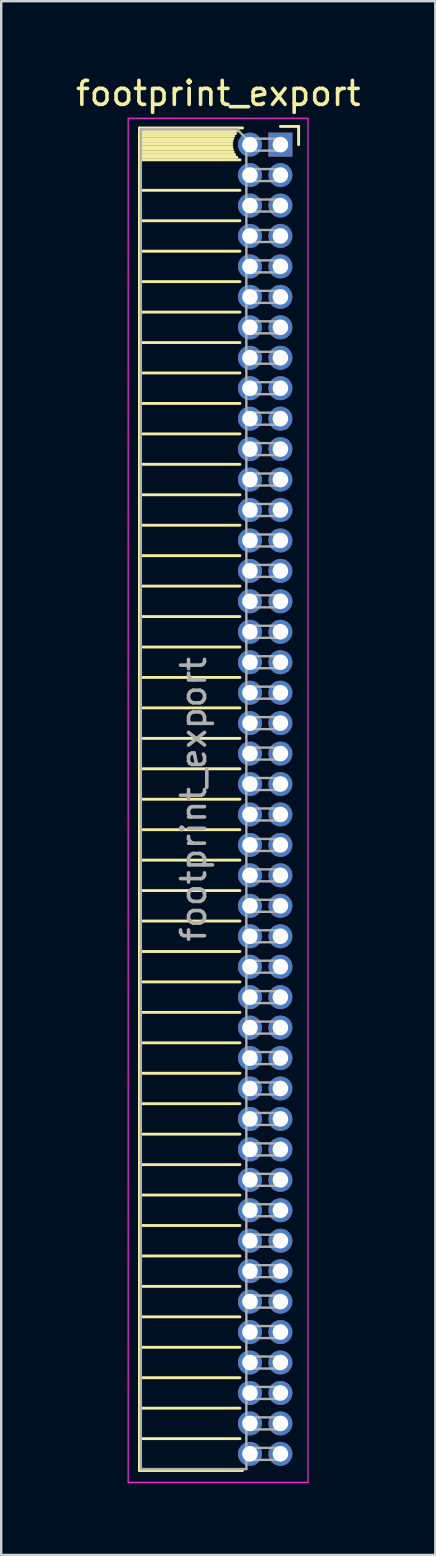
<source format=kicad_pcb>
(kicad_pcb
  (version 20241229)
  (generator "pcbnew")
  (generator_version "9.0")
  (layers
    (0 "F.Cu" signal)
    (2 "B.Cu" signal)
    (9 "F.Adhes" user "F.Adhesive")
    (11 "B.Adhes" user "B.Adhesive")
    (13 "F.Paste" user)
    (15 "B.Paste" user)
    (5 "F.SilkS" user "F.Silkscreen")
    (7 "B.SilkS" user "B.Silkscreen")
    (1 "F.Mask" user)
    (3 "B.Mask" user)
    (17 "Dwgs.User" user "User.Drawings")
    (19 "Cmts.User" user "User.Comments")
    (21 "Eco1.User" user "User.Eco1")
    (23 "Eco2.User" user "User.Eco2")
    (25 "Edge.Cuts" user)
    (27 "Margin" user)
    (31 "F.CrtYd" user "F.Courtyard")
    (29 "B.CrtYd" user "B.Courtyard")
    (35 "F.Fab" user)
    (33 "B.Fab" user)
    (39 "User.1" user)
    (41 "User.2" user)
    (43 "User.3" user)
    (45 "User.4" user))
  (footprint "footprint_export"
    (layer "F.Cu")
    (at 8.646 2.983)
    (property "Reference" "footprint_export" (at -2.592 -2.135 0) (layer "F.SilkS") (effects (font (size 1 1) (thickness 0.15))))
    (attr through_hole)
    (fp_line (start -5.88 -0.695) (end -5.88 55.305) (stroke (width 0.12) (type solid)) (layer "F.SilkS"))
    (fp_line (start -5.88 -0.695) (end -1.578 -0.695) (stroke (width 0.12) (type solid)) (layer "F.SilkS"))
    (fp_line (start -5.88 -0.575) (end -1.767 -0.575) (stroke (width 0.12) (type solid)) (layer "F.SilkS"))
    (fp_line (start -5.88 -0.465) (end -1.871 -0.465) (stroke (width 0.12) (type solid)) (layer "F.SilkS"))
    (fp_line (start -5.88 -0.355) (end -1.942 -0.355) (stroke (width 0.12) (type solid)) (layer "F.SilkS"))
    (fp_line (start -5.88 -0.245) (end -1.989 -0.245) (stroke (width 0.12) (type solid)) (layer "F.SilkS"))
    (fp_line (start -5.88 -0.135) (end -2.018 -0.135) (stroke (width 0.12) (type solid)) (layer "F.SilkS"))
    (fp_line (start -5.88 -0.025) (end -2.03 -0.025) (stroke (width 0.12) (type solid)) (layer "F.SilkS"))
    (fp_line (start -5.88 0.085) (end -2.025 0.085) (stroke (width 0.12) (type solid)) (layer "F.SilkS"))
    (fp_line (start -5.88 0.195) (end -2.005 0.195) (stroke (width 0.12) (type solid)) (layer "F.SilkS"))
    (fp_line (start -5.88 0.305) (end -1.966 0.305) (stroke (width 0.12) (type solid)) (layer "F.SilkS"))
    (fp_line (start -5.88 0.415) (end -1.907 0.415) (stroke (width 0.12) (type solid)) (layer "F.SilkS"))
    (fp_line (start -5.88 0.525) (end -1.82 0.525) (stroke (width 0.12) (type solid)) (layer "F.SilkS"))
    (fp_line (start -5.88 0.635) (end -1.688 0.635) (stroke (width 0.12) (type solid)) (layer "F.SilkS"))
    (fp_line (start -5.88 1.905) (end -1.688 1.905) (stroke (width 0.12) (type solid)) (layer "F.SilkS"))
    (fp_line (start -5.88 3.175) (end -1.688 3.175) (stroke (width 0.12) (type solid)) (layer "F.SilkS"))
    (fp_line (start -5.88 4.445) (end -1.688 4.445) (stroke (width 0.12) (type solid)) (layer "F.SilkS"))
    (fp_line (start -5.88 5.715) (end -1.688 5.715) (stroke (width 0.12) (type solid)) (layer "F.SilkS"))
    (fp_line (start -5.88 6.985) (end -1.688 6.985) (stroke (width 0.12) (type solid)) (layer "F.SilkS"))
    (fp_line (start -5.88 8.255) (end -1.688 8.255) (stroke (width 0.12) (type solid)) (layer "F.SilkS"))
    (fp_line (start -5.88 9.525) (end -1.688 9.525) (stroke (width 0.12) (type solid)) (layer "F.SilkS"))
    (fp_line (start -5.88 10.795) (end -1.688 10.795) (stroke (width 0.12) (type solid)) (layer "F.SilkS"))
    (fp_line (start -5.88 12.065) (end -1.688 12.065) (stroke (width 0.12) (type solid)) (layer "F.SilkS"))
    (fp_line (start -5.88 13.335) (end -1.688 13.335) (stroke (width 0.12) (type solid)) (layer "F.SilkS"))
    (fp_line (start -5.88 14.605) (end -1.688 14.605) (stroke (width 0.12) (type solid)) (layer "F.SilkS"))
    (fp_line (start -5.88 15.875) (end -1.688 15.875) (stroke (width 0.12) (type solid)) (layer "F.SilkS"))
    (fp_line (start -5.88 17.145) (end -1.688 17.145) (stroke (width 0.12) (type solid)) (layer "F.SilkS"))
    (fp_line (start -5.88 18.415) (end -1.688 18.415) (stroke (width 0.12) (type solid)) (layer "F.SilkS"))
    (fp_line (start -5.88 19.685) (end -1.688 19.685) (stroke (width 0.12) (type solid)) (layer "F.SilkS"))
    (fp_line (start -5.88 20.955) (end -1.688 20.955) (stroke (width 0.12) (type solid)) (layer "F.SilkS"))
    (fp_line (start -5.88 22.225) (end -1.688 22.225) (stroke (width 0.12) (type solid)) (layer "F.SilkS"))
    (fp_line (start -5.88 23.495) (end -1.688 23.495) (stroke (width 0.12) (type solid)) (layer "F.SilkS"))
    (fp_line (start -5.88 24.765) (end -1.688 24.765) (stroke (width 0.12) (type solid)) (layer "F.SilkS"))
    (fp_line (start -5.88 26.035) (end -1.688 26.035) (stroke (width 0.12) (type solid)) (layer "F.SilkS"))
    (fp_line (start -5.88 27.305) (end -1.688 27.305) (stroke (width 0.12) (type solid)) (layer "F.SilkS"))
    (fp_line (start -5.88 28.575) (end -1.688 28.575) (stroke (width 0.12) (type solid)) (layer "F.SilkS"))
    (fp_line (start -5.88 29.845) (end -1.688 29.845) (stroke (width 0.12) (type solid)) (layer "F.SilkS"))
    (fp_line (start -5.88 31.115) (end -1.688 31.115) (stroke (width 0.12) (type solid)) (layer "F.SilkS"))
    (fp_line (start -5.88 32.385) (end -1.688 32.385) (stroke (width 0.12) (type solid)) (layer "F.SilkS"))
    (fp_line (start -5.88 33.655) (end -1.688 33.655) (stroke (width 0.12) (type solid)) (layer "F.SilkS"))
    (fp_line (start -5.88 34.925) (end -1.688 34.925) (stroke (width 0.12) (type solid)) (layer "F.SilkS"))
    (fp_line (start -5.88 36.195) (end -1.688 36.195) (stroke (width 0.12) (type solid)) (layer "F.SilkS"))
    (fp_line (start -5.88 37.465) (end -1.688 37.465) (stroke (width 0.12) (type solid)) (layer "F.SilkS"))
    (fp_line (start -5.88 38.735) (end -1.688 38.735) (stroke (width 0.12) (type solid)) (layer "F.SilkS"))
    (fp_line (start -5.88 40.005) (end -1.688 40.005) (stroke (width 0.12) (type solid)) (layer "F.SilkS"))
    (fp_line (start -5.88 41.275) (end -1.688 41.275) (stroke (width 0.12) (type solid)) (layer "F.SilkS"))
    (fp_line (start -5.88 42.545) (end -1.688 42.545) (stroke (width 0.12) (type solid)) (layer "F.SilkS"))
    (fp_line (start -5.88 43.815) (end -1.688 43.815) (stroke (width 0.12) (type solid)) (layer "F.SilkS"))
    (fp_line (start -5.88 45.085) (end -1.688 45.085) (stroke (width 0.12) (type solid)) (layer "F.SilkS"))
    (fp_line (start -5.88 46.355) (end -1.688 46.355) (stroke (width 0.12) (type solid)) (layer "F.SilkS"))
    (fp_line (start -5.88 47.625) (end -1.688 47.625) (stroke (width 0.12) (type solid)) (layer "F.SilkS"))
    (fp_line (start -5.88 48.895) (end -1.688 48.895) (stroke (width 0.12) (type solid)) (layer "F.SilkS"))
    (fp_line (start -5.88 50.165) (end -1.688 50.165) (stroke (width 0.12) (type solid)) (layer "F.SilkS"))
    (fp_line (start -5.88 51.435) (end -1.688 51.435) (stroke (width 0.12) (type solid)) (layer "F.SilkS"))
    (fp_line (start -5.88 52.705) (end -1.688 52.705) (stroke (width 0.12) (type solid)) (layer "F.SilkS"))
    (fp_line (start -5.88 53.975) (end -1.688 53.975) (stroke (width 0.12) (type solid)) (layer "F.SilkS"))
    (fp_line (start -5.88 55.305) (end -1.578 55.305) (stroke (width 0.12) (type solid)) (layer "F.SilkS"))
    (fp_line (start 0 -0.76) (end 0.76 -0.76) (stroke (width 0.12) (type solid)) (layer "F.SilkS"))
    (fp_line (start 0.76 -0.76) (end 0.76 0) (stroke (width 0.12) (type solid)) (layer "F.SilkS"))
    (fp_line (start -6.35 -1.1) (end -6.35 55.8) (stroke (width 0.05) (type solid)) (layer "F.CrtYd"))
    (fp_line (start -6.35 55.8) (end 1.15 55.8) (stroke (width 0.05) (type solid)) (layer "F.CrtYd"))
    (fp_line (start 1.15 -1.1) (end -6.35 -1.1) (stroke (width 0.05) (type solid)) (layer "F.CrtYd"))
    (fp_line (start 1.15 55.8) (end 1.15 -1.1) (stroke (width 0.05) (type solid)) (layer "F.CrtYd"))
    (fp_line (start -5.82 -0.635) (end -1.805 -0.635) (stroke (width 0.1) (type solid)) (layer "F.Fab"))
    (fp_line (start -5.82 55.245) (end -5.82 -0.635) (stroke (width 0.1) (type solid)) (layer "F.Fab"))
    (fp_line (start -1.805 -0.635) (end -1.42 -0.25) (stroke (width 0.1) (type solid)) (layer "F.Fab"))
    (fp_line (start -1.42 -0.25) (end -1.42 55.245) (stroke (width 0.1) (type solid)) (layer "F.Fab"))
    (fp_line (start -1.42 0.25) (end 0 0.25) (stroke (width 0.1) (type solid)) (layer "F.Fab"))
    (fp_line (start -1.42 1.52) (end 0 1.52) (stroke (width 0.1) (type solid)) (layer "F.Fab"))
    (fp_line (start -1.42 2.79) (end 0 2.79) (stroke (width 0.1) (type solid)) (layer "F.Fab"))
    (fp_line (start -1.42 4.06) (end 0 4.06) (stroke (width 0.1) (type solid)) (layer "F.Fab"))
    (fp_line (start -1.42 5.33) (end 0 5.33) (stroke (width 0.1) (type solid)) (layer "F.Fab"))
    (fp_line (start -1.42 6.6) (end 0 6.6) (stroke (width 0.1) (type solid)) (layer "F.Fab"))
    (fp_line (start -1.42 7.87) (end 0 7.87) (stroke (width 0.1) (type solid)) (layer "F.Fab"))
    (fp_line (start -1.42 9.14) (end 0 9.14) (stroke (width 0.1) (type solid)) (layer "F.Fab"))
    (fp_line (start -1.42 10.41) (end 0 10.41) (stroke (width 0.1) (type solid)) (layer "F.Fab"))
    (fp_line (start -1.42 11.68) (end 0 11.68) (stroke (width 0.1) (type solid)) (layer "F.Fab"))
    (fp_line (start -1.42 12.95) (end 0 12.95) (stroke (width 0.1) (type solid)) (layer "F.Fab"))
    (fp_line (start -1.42 14.22) (end 0 14.22) (stroke (width 0.1) (type solid)) (layer "F.Fab"))
    (fp_line (start -1.42 15.49) (end 0 15.49) (stroke (width 0.1) (type solid)) (layer "F.Fab"))
    (fp_line (start -1.42 16.76) (end 0 16.76) (stroke (width 0.1) (type solid)) (layer "F.Fab"))
    (fp_line (start -1.42 18.03) (end 0 18.03) (stroke (width 0.1) (type solid)) (layer "F.Fab"))
    (fp_line (start -1.42 19.3) (end 0 19.3) (stroke (width 0.1) (type solid)) (layer "F.Fab"))
    (fp_line (start -1.42 20.57) (end 0 20.57) (stroke (width 0.1) (type solid)) (layer "F.Fab"))
    (fp_line (start -1.42 21.84) (end 0 21.84) (stroke (width 0.1) (type solid)) (layer "F.Fab"))
    (fp_line (start -1.42 23.11) (end 0 23.11) (stroke (width 0.1) (type solid)) (layer "F.Fab"))
    (fp_line (start -1.42 24.38) (end 0 24.38) (stroke (width 0.1) (type solid)) (layer "F.Fab"))
    (fp_line (start -1.42 25.65) (end 0 25.65) (stroke (width 0.1) (type solid)) (layer "F.Fab"))
    (fp_line (start -1.42 26.92) (end 0 26.92) (stroke (width 0.1) (type solid)) (layer "F.Fab"))
    (fp_line (start -1.42 28.19) (end 0 28.19) (stroke (width 0.1) (type solid)) (layer "F.Fab"))
    (fp_line (start -1.42 29.46) (end 0 29.46) (stroke (width 0.1) (type solid)) (layer "F.Fab"))
    (fp_line (start -1.42 30.73) (end 0 30.73) (stroke (width 0.1) (type solid)) (layer "F.Fab"))
    (fp_line (start -1.42 32) (end 0 32) (stroke (width 0.1) (type solid)) (layer "F.Fab"))
    (fp_line (start -1.42 33.27) (end 0 33.27) (stroke (width 0.1) (type solid)) (layer "F.Fab"))
    (fp_line (start -1.42 34.54) (end 0 34.54) (stroke (width 0.1) (type solid)) (layer "F.Fab"))
    (fp_line (start -1.42 35.81) (end 0 35.81) (stroke (width 0.1) (type solid)) (layer "F.Fab"))
    (fp_line (start -1.42 37.08) (end 0 37.08) (stroke (width 0.1) (type solid)) (layer "F.Fab"))
    (fp_line (start -1.42 38.35) (end 0 38.35) (stroke (width 0.1) (type solid)) (layer "F.Fab"))
    (fp_line (start -1.42 39.62) (end 0 39.62) (stroke (width 0.1) (type solid)) (layer "F.Fab"))
    (fp_line (start -1.42 40.89) (end 0 40.89) (stroke (width 0.1) (type solid)) (layer "F.Fab"))
    (fp_line (start -1.42 42.16) (end 0 42.16) (stroke (width 0.1) (type solid)) (layer "F.Fab"))
    (fp_line (start -1.42 43.43) (end 0 43.43) (stroke (width 0.1) (type solid)) (layer "F.Fab"))
    (fp_line (start -1.42 44.7) (end 0 44.7) (stroke (width 0.1) (type solid)) (layer "F.Fab"))
    (fp_line (start -1.42 45.97) (end 0 45.97) (stroke (width 0.1) (type solid)) (layer "F.Fab"))
    (fp_line (start -1.42 47.24) (end 0 47.24) (stroke (width 0.1) (type solid)) (layer "F.Fab"))
    (fp_line (start -1.42 48.51) (end 0 48.51) (stroke (width 0.1) (type solid)) (layer "F.Fab"))
    (fp_line (start -1.42 49.78) (end 0 49.78) (stroke (width 0.1) (type solid)) (layer "F.Fab"))
    (fp_line (start -1.42 51.05) (end 0 51.05) (stroke (width 0.1) (type solid)) (layer "F.Fab"))
    (fp_line (start -1.42 52.32) (end 0 52.32) (stroke (width 0.1) (type solid)) (layer "F.Fab"))
    (fp_line (start -1.42 53.59) (end 0 53.59) (stroke (width 0.1) (type solid)) (layer "F.Fab"))
    (fp_line (start -1.42 54.86) (end 0 54.86) (stroke (width 0.1) (type solid)) (layer "F.Fab"))
    (fp_line (start -1.42 55.245) (end -5.82 55.245) (stroke (width 0.1) (type solid)) (layer "F.Fab"))
    (fp_line (start 0 -0.25) (end -1.42 -0.25) (stroke (width 0.1) (type solid)) (layer "F.Fab"))
    (fp_line (start 0 0.25) (end 0 -0.25) (stroke (width 0.1) (type solid)) (layer "F.Fab"))
    (fp_line (start 0 1.02) (end -1.42 1.02) (stroke (width 0.1) (type solid)) (layer "F.Fab"))
    (fp_line (start 0 1.52) (end 0 1.02) (stroke (width 0.1) (type solid)) (layer "F.Fab"))
    (fp_line (start 0 2.29) (end -1.42 2.29) (stroke (width 0.1) (type solid)) (layer "F.Fab"))
    (fp_line (start 0 2.79) (end 0 2.29) (stroke (width 0.1) (type solid)) (layer "F.Fab"))
    (fp_line (start 0 3.56) (end -1.42 3.56) (stroke (width 0.1) (type solid)) (layer "F.Fab"))
    (fp_line (start 0 4.06) (end 0 3.56) (stroke (width 0.1) (type solid)) (layer "F.Fab"))
    (fp_line (start 0 4.83) (end -1.42 4.83) (stroke (width 0.1) (type solid)) (layer "F.Fab"))
    (fp_line (start 0 5.33) (end 0 4.83) (stroke (width 0.1) (type solid)) (layer "F.Fab"))
    (fp_line (start 0 6.1) (end -1.42 6.1) (stroke (width 0.1) (type solid)) (layer "F.Fab"))
    (fp_line (start 0 6.6) (end 0 6.1) (stroke (width 0.1) (type solid)) (layer "F.Fab"))
    (fp_line (start 0 7.37) (end -1.42 7.37) (stroke (width 0.1) (type solid)) (layer "F.Fab"))
    (fp_line (start 0 7.87) (end 0 7.37) (stroke (width 0.1) (type solid)) (layer "F.Fab"))
    (fp_line (start 0 8.64) (end -1.42 8.64) (stroke (width 0.1) (type solid)) (layer "F.Fab"))
    (fp_line (start 0 9.14) (end 0 8.64) (stroke (width 0.1) (type solid)) (layer "F.Fab"))
    (fp_line (start 0 9.91) (end -1.42 9.91) (stroke (width 0.1) (type solid)) (layer "F.Fab"))
    (fp_line (start 0 10.41) (end 0 9.91) (stroke (width 0.1) (type solid)) (layer "F.Fab"))
    (fp_line (start 0 11.18) (end -1.42 11.18) (stroke (width 0.1) (type solid)) (layer "F.Fab"))
    (fp_line (start 0 11.68) (end 0 11.18) (stroke (width 0.1) (type solid)) (layer "F.Fab"))
    (fp_line (start 0 12.45) (end -1.42 12.45) (stroke (width 0.1) (type solid)) (layer "F.Fab"))
    (fp_line (start 0 12.95) (end 0 12.45) (stroke (width 0.1) (type solid)) (layer "F.Fab"))
    (fp_line (start 0 13.72) (end -1.42 13.72) (stroke (width 0.1) (type solid)) (layer "F.Fab"))
    (fp_line (start 0 14.22) (end 0 13.72) (stroke (width 0.1) (type solid)) (layer "F.Fab"))
    (fp_line (start 0 14.99) (end -1.42 14.99) (stroke (width 0.1) (type solid)) (layer "F.Fab"))
    (fp_line (start 0 15.49) (end 0 14.99) (stroke (width 0.1) (type solid)) (layer "F.Fab"))
    (fp_line (start 0 16.26) (end -1.42 16.26) (stroke (width 0.1) (type solid)) (layer "F.Fab"))
    (fp_line (start 0 16.76) (end 0 16.26) (stroke (width 0.1) (type solid)) (layer "F.Fab"))
    (fp_line (start 0 17.53) (end -1.42 17.53) (stroke (width 0.1) (type solid)) (layer "F.Fab"))
    (fp_line (start 0 18.03) (end 0 17.53) (stroke (width 0.1) (type solid)) (layer "F.Fab"))
    (fp_line (start 0 18.8) (end -1.42 18.8) (stroke (width 0.1) (type solid)) (layer "F.Fab"))
    (fp_line (start 0 19.3) (end 0 18.8) (stroke (width 0.1) (type solid)) (layer "F.Fab"))
    (fp_line (start 0 20.07) (end -1.42 20.07) (stroke (width 0.1) (type solid)) (layer "F.Fab"))
    (fp_line (start 0 20.57) (end 0 20.07) (stroke (width 0.1) (type solid)) (layer "F.Fab"))
    (fp_line (start 0 21.34) (end -1.42 21.34) (stroke (width 0.1) (type solid)) (layer "F.Fab"))
    (fp_line (start 0 21.84) (end 0 21.34) (stroke (width 0.1) (type solid)) (layer "F.Fab"))
    (fp_line (start 0 22.61) (end -1.42 22.61) (stroke (width 0.1) (type solid)) (layer "F.Fab"))
    (fp_line (start 0 23.11) (end 0 22.61) (stroke (width 0.1) (type solid)) (layer "F.Fab"))
    (fp_line (start 0 23.88) (end -1.42 23.88) (stroke (width 0.1) (type solid)) (layer "F.Fab"))
    (fp_line (start 0 24.38) (end 0 23.88) (stroke (width 0.1) (type solid)) (layer "F.Fab"))
    (fp_line (start 0 25.15) (end -1.42 25.15) (stroke (width 0.1) (type solid)) (layer "F.Fab"))
    (fp_line (start 0 25.65) (end 0 25.15) (stroke (width 0.1) (type solid)) (layer "F.Fab"))
    (fp_line (start 0 26.42) (end -1.42 26.42) (stroke (width 0.1) (type solid)) (layer "F.Fab"))
    (fp_line (start 0 26.92) (end 0 26.42) (stroke (width 0.1) (type solid)) (layer "F.Fab"))
    (fp_line (start 0 27.69) (end -1.42 27.69) (stroke (width 0.1) (type solid)) (layer "F.Fab"))
    (fp_line (start 0 28.19) (end 0 27.69) (stroke (width 0.1) (type solid)) (layer "F.Fab"))
    (fp_line (start 0 28.96) (end -1.42 28.96) (stroke (width 0.1) (type solid)) (layer "F.Fab"))
    (fp_line (start 0 29.46) (end 0 28.96) (stroke (width 0.1) (type solid)) (layer "F.Fab"))
    (fp_line (start 0 30.23) (end -1.42 30.23) (stroke (width 0.1) (type solid)) (layer "F.Fab"))
    (fp_line (start 0 30.73) (end 0 30.23) (stroke (width 0.1) (type solid)) (layer "F.Fab"))
    (fp_line (start 0 31.5) (end -1.42 31.5) (stroke (width 0.1) (type solid)) (layer "F.Fab"))
    (fp_line (start 0 32) (end 0 31.5) (stroke (width 0.1) (type solid)) (layer "F.Fab"))
    (fp_line (start 0 32.77) (end -1.42 32.77) (stroke (width 0.1) (type solid)) (layer "F.Fab"))
    (fp_line (start 0 33.27) (end 0 32.77) (stroke (width 0.1) (type solid)) (layer "F.Fab"))
    (fp_line (start 0 34.04) (end -1.42 34.04) (stroke (width 0.1) (type solid)) (layer "F.Fab"))
    (fp_line (start 0 34.54) (end 0 34.04) (stroke (width 0.1) (type solid)) (layer "F.Fab"))
    (fp_line (start 0 35.31) (end -1.42 35.31) (stroke (width 0.1) (type solid)) (layer "F.Fab"))
    (fp_line (start 0 35.81) (end 0 35.31) (stroke (width 0.1) (type solid)) (layer "F.Fab"))
    (fp_line (start 0 36.58) (end -1.42 36.58) (stroke (width 0.1) (type solid)) (layer "F.Fab"))
    (fp_line (start 0 37.08) (end 0 36.58) (stroke (width 0.1) (type solid)) (layer "F.Fab"))
    (fp_line (start 0 37.85) (end -1.42 37.85) (stroke (width 0.1) (type solid)) (layer "F.Fab"))
    (fp_line (start 0 38.35) (end 0 37.85) (stroke (width 0.1) (type solid)) (layer "F.Fab"))
    (fp_line (start 0 39.12) (end -1.42 39.12) (stroke (width 0.1) (type solid)) (layer "F.Fab"))
    (fp_line (start 0 39.62) (end 0 39.12) (stroke (width 0.1) (type solid)) (layer "F.Fab"))
    (fp_line (start 0 40.39) (end -1.42 40.39) (stroke (width 0.1) (type solid)) (layer "F.Fab"))
    (fp_line (start 0 40.89) (end 0 40.39) (stroke (width 0.1) (type solid)) (layer "F.Fab"))
    (fp_line (start 0 41.66) (end -1.42 41.66) (stroke (width 0.1) (type solid)) (layer "F.Fab"))
    (fp_line (start 0 42.16) (end 0 41.66) (stroke (width 0.1) (type solid)) (layer "F.Fab"))
    (fp_line (start 0 42.93) (end -1.42 42.93) (stroke (width 0.1) (type solid)) (layer "F.Fab"))
    (fp_line (start 0 43.43) (end 0 42.93) (stroke (width 0.1) (type solid)) (layer "F.Fab"))
    (fp_line (start 0 44.2) (end -1.42 44.2) (stroke (width 0.1) (type solid)) (layer "F.Fab"))
    (fp_line (start 0 44.7) (end 0 44.2) (stroke (width 0.1) (type solid)) (layer "F.Fab"))
    (fp_line (start 0 45.47) (end -1.42 45.47) (stroke (width 0.1) (type solid)) (layer "F.Fab"))
    (fp_line (start 0 45.97) (end 0 45.47) (stroke (width 0.1) (type solid)) (layer "F.Fab"))
    (fp_line (start 0 46.74) (end -1.42 46.74) (stroke (width 0.1) (type solid)) (layer "F.Fab"))
    (fp_line (start 0 47.24) (end 0 46.74) (stroke (width 0.1) (type solid)) (layer "F.Fab"))
    (fp_line (start 0 48.01) (end -1.42 48.01) (stroke (width 0.1) (type solid)) (layer "F.Fab"))
    (fp_line (start 0 48.51) (end 0 48.01) (stroke (width 0.1) (type solid)) (layer "F.Fab"))
    (fp_line (start 0 49.28) (end -1.42 49.28) (stroke (width 0.1) (type solid)) (layer "F.Fab"))
    (fp_line (start 0 49.78) (end 0 49.28) (stroke (width 0.1) (type solid)) (layer "F.Fab"))
    (fp_line (start 0 50.55) (end -1.42 50.55) (stroke (width 0.1) (type solid)) (layer "F.Fab"))
    (fp_line (start 0 51.05) (end 0 50.55) (stroke (width 0.1) (type solid)) (layer "F.Fab"))
    (fp_line (start 0 51.82) (end -1.42 51.82) (stroke (width 0.1) (type solid)) (layer "F.Fab"))
    (fp_line (start 0 52.32) (end 0 51.82) (stroke (width 0.1) (type solid)) (layer "F.Fab"))
    (fp_line (start 0 53.09) (end -1.42 53.09) (stroke (width 0.1) (type solid)) (layer "F.Fab"))
    (fp_line (start 0 53.59) (end 0 53.09) (stroke (width 0.1) (type solid)) (layer "F.Fab"))
    (fp_line (start 0 54.36) (end -1.42 54.36) (stroke (width 0.1) (type solid)) (layer "F.Fab"))
    (fp_line (start 0 54.86) (end 0 54.36) (stroke (width 0.1) (type solid)) (layer "F.Fab"))
    (fp_text user "${REFERENCE}" (at -3.62 27.305 90) (layer "F.Fab") (effects (font (size 1 1) (thickness 0.15))))
    (pad "1" thru_hole rect (at 0 0) (size 1 1) (drill 0.65) (layers "*.Cu" "*.Mask"))
    (pad "2" thru_hole oval (at -1.27 0) (size 1 1) (drill 0.65) (layers "*.Cu" "*.Mask"))
    (pad "3" thru_hole oval (at 0 1.27) (size 1 1) (drill 0.65) (layers "*.Cu" "*.Mask"))
    (pad "4" thru_hole oval (at -1.27 1.27) (size 1 1) (drill 0.65) (layers "*.Cu" "*.Mask"))
    (pad "5" thru_hole oval (at 0 2.54) (size 1 1) (drill 0.65) (layers "*.Cu" "*.Mask"))
    (pad "6" thru_hole oval (at -1.27 2.54) (size 1 1) (drill 0.65) (layers "*.Cu" "*.Mask"))
    (pad "7" thru_hole oval (at 0 3.81) (size 1 1) (drill 0.65) (layers "*.Cu" "*.Mask"))
    (pad "8" thru_hole oval (at -1.27 3.81) (size 1 1) (drill 0.65) (layers "*.Cu" "*.Mask"))
    (pad "9" thru_hole oval (at 0 5.08) (size 1 1) (drill 0.65) (layers "*.Cu" "*.Mask"))
    (pad "10" thru_hole oval (at -1.27 5.08) (size 1 1) (drill 0.65) (layers "*.Cu" "*.Mask"))
    (pad "11" thru_hole oval (at 0 6.35) (size 1 1) (drill 0.65) (layers "*.Cu" "*.Mask"))
    (pad "12" thru_hole oval (at -1.27 6.35) (size 1 1) (drill 0.65) (layers "*.Cu" "*.Mask"))
    (pad "13" thru_hole oval (at 0 7.62) (size 1 1) (drill 0.65) (layers "*.Cu" "*.Mask"))
    (pad "14" thru_hole oval (at -1.27 7.62) (size 1 1) (drill 0.65) (layers "*.Cu" "*.Mask"))
    (pad "15" thru_hole oval (at 0 8.89) (size 1 1) (drill 0.65) (layers "*.Cu" "*.Mask"))
    (pad "16" thru_hole oval (at -1.27 8.89) (size 1 1) (drill 0.65) (layers "*.Cu" "*.Mask"))
    (pad "17" thru_hole oval (at 0 10.16) (size 1 1) (drill 0.65) (layers "*.Cu" "*.Mask"))
    (pad "18" thru_hole oval (at -1.27 10.16) (size 1 1) (drill 0.65) (layers "*.Cu" "*.Mask"))
    (pad "19" thru_hole oval (at 0 11.43) (size 1 1) (drill 0.65) (layers "*.Cu" "*.Mask"))
    (pad "20" thru_hole oval (at -1.27 11.43) (size 1 1) (drill 0.65) (layers "*.Cu" "*.Mask"))
    (pad "21" thru_hole oval (at 0 12.7) (size 1 1) (drill 0.65) (layers "*.Cu" "*.Mask"))
    (pad "22" thru_hole oval (at -1.27 12.7) (size 1 1) (drill 0.65) (layers "*.Cu" "*.Mask"))
    (pad "23" thru_hole oval (at 0 13.97) (size 1 1) (drill 0.65) (layers "*.Cu" "*.Mask"))
    (pad "24" thru_hole oval (at -1.27 13.97) (size 1 1) (drill 0.65) (layers "*.Cu" "*.Mask"))
    (pad "25" thru_hole oval (at 0 15.24) (size 1 1) (drill 0.65) (layers "*.Cu" "*.Mask"))
    (pad "26" thru_hole oval (at -1.27 15.24) (size 1 1) (drill 0.65) (layers "*.Cu" "*.Mask"))
    (pad "27" thru_hole oval (at 0 16.51) (size 1 1) (drill 0.65) (layers "*.Cu" "*.Mask"))
    (pad "28" thru_hole oval (at -1.27 16.51) (size 1 1) (drill 0.65) (layers "*.Cu" "*.Mask"))
    (pad "29" thru_hole oval (at 0 17.78) (size 1 1) (drill 0.65) (layers "*.Cu" "*.Mask"))
    (pad "30" thru_hole oval (at -1.27 17.78) (size 1 1) (drill 0.65) (layers "*.Cu" "*.Mask"))
    (pad "31" thru_hole oval (at 0 19.05) (size 1 1) (drill 0.65) (layers "*.Cu" "*.Mask"))
    (pad "32" thru_hole oval (at -1.27 19.05) (size 1 1) (drill 0.65) (layers "*.Cu" "*.Mask"))
    (pad "33" thru_hole oval (at 0 20.32) (size 1 1) (drill 0.65) (layers "*.Cu" "*.Mask"))
    (pad "34" thru_hole oval (at -1.27 20.32) (size 1 1) (drill 0.65) (layers "*.Cu" "*.Mask"))
    (pad "35" thru_hole oval (at 0 21.59) (size 1 1) (drill 0.65) (layers "*.Cu" "*.Mask"))
    (pad "36" thru_hole oval (at -1.27 21.59) (size 1 1) (drill 0.65) (layers "*.Cu" "*.Mask"))
    (pad "37" thru_hole oval (at 0 22.86) (size 1 1) (drill 0.65) (layers "*.Cu" "*.Mask"))
    (pad "38" thru_hole oval (at -1.27 22.86) (size 1 1) (drill 0.65) (layers "*.Cu" "*.Mask"))
    (pad "39" thru_hole oval (at 0 24.13) (size 1 1) (drill 0.65) (layers "*.Cu" "*.Mask"))
    (pad "40" thru_hole oval (at -1.27 24.13) (size 1 1) (drill 0.65) (layers "*.Cu" "*.Mask"))
    (pad "41" thru_hole oval (at 0 25.4) (size 1 1) (drill 0.65) (layers "*.Cu" "*.Mask"))
    (pad "42" thru_hole oval (at -1.27 25.4) (size 1 1) (drill 0.65) (layers "*.Cu" "*.Mask"))
    (pad "43" thru_hole oval (at 0 26.67) (size 1 1) (drill 0.65) (layers "*.Cu" "*.Mask"))
    (pad "44" thru_hole oval (at -1.27 26.67) (size 1 1) (drill 0.65) (layers "*.Cu" "*.Mask"))
    (pad "45" thru_hole oval (at 0 27.94) (size 1 1) (drill 0.65) (layers "*.Cu" "*.Mask"))
    (pad "46" thru_hole oval (at -1.27 27.94) (size 1 1) (drill 0.65) (layers "*.Cu" "*.Mask"))
    (pad "47" thru_hole oval (at 0 29.21) (size 1 1) (drill 0.65) (layers "*.Cu" "*.Mask"))
    (pad "48" thru_hole oval (at -1.27 29.21) (size 1 1) (drill 0.65) (layers "*.Cu" "*.Mask"))
    (pad "49" thru_hole oval (at 0 30.48) (size 1 1) (drill 0.65) (layers "*.Cu" "*.Mask"))
    (pad "50" thru_hole oval (at -1.27 30.48) (size 1 1) (drill 0.65) (layers "*.Cu" "*.Mask"))
    (pad "51" thru_hole oval (at 0 31.75) (size 1 1) (drill 0.65) (layers "*.Cu" "*.Mask"))
    (pad "52" thru_hole oval (at -1.27 31.75) (size 1 1) (drill 0.65) (layers "*.Cu" "*.Mask"))
    (pad "53" thru_hole oval (at 0 33.02) (size 1 1) (drill 0.65) (layers "*.Cu" "*.Mask"))
    (pad "54" thru_hole oval (at -1.27 33.02) (size 1 1) (drill 0.65) (layers "*.Cu" "*.Mask"))
    (pad "55" thru_hole oval (at 0 34.29) (size 1 1) (drill 0.65) (layers "*.Cu" "*.Mask"))
    (pad "56" thru_hole oval (at -1.27 34.29) (size 1 1) (drill 0.65) (layers "*.Cu" "*.Mask"))
    (pad "57" thru_hole oval (at 0 35.56) (size 1 1) (drill 0.65) (layers "*.Cu" "*.Mask"))
    (pad "58" thru_hole oval (at -1.27 35.56) (size 1 1) (drill 0.65) (layers "*.Cu" "*.Mask"))
    (pad "59" thru_hole oval (at 0 36.83) (size 1 1) (drill 0.65) (layers "*.Cu" "*.Mask"))
    (pad "60" thru_hole oval (at -1.27 36.83) (size 1 1) (drill 0.65) (layers "*.Cu" "*.Mask"))
    (pad "61" thru_hole oval (at 0 38.1) (size 1 1) (drill 0.65) (layers "*.Cu" "*.Mask"))
    (pad "62" thru_hole oval (at -1.27 38.1) (size 1 1) (drill 0.65) (layers "*.Cu" "*.Mask"))
    (pad "63" thru_hole oval (at 0 39.37) (size 1 1) (drill 0.65) (layers "*.Cu" "*.Mask"))
    (pad "64" thru_hole oval (at -1.27 39.37) (size 1 1) (drill 0.65) (layers "*.Cu" "*.Mask"))
    (pad "65" thru_hole oval (at 0 40.64) (size 1 1) (drill 0.65) (layers "*.Cu" "*.Mask"))
    (pad "66" thru_hole oval (at -1.27 40.64) (size 1 1) (drill 0.65) (layers "*.Cu" "*.Mask"))
    (pad "67" thru_hole oval (at 0 41.91) (size 1 1) (drill 0.65) (layers "*.Cu" "*.Mask"))
    (pad "68" thru_hole oval (at -1.27 41.91) (size 1 1) (drill 0.65) (layers "*.Cu" "*.Mask"))
    (pad "69" thru_hole oval (at 0 43.18) (size 1 1) (drill 0.65) (layers "*.Cu" "*.Mask"))
    (pad "70" thru_hole oval (at -1.27 43.18) (size 1 1) (drill 0.65) (layers "*.Cu" "*.Mask"))
    (pad "71" thru_hole oval (at 0 44.45) (size 1 1) (drill 0.65) (layers "*.Cu" "*.Mask"))
    (pad "72" thru_hole oval (at -1.27 44.45) (size 1 1) (drill 0.65) (layers "*.Cu" "*.Mask"))
    (pad "73" thru_hole oval (at 0 45.72) (size 1 1) (drill 0.65) (layers "*.Cu" "*.Mask"))
    (pad "74" thru_hole oval (at -1.27 45.72) (size 1 1) (drill 0.65) (layers "*.Cu" "*.Mask"))
    (pad "75" thru_hole oval (at 0 46.99) (size 1 1) (drill 0.65) (layers "*.Cu" "*.Mask"))
    (pad "76" thru_hole oval (at -1.27 46.99) (size 1 1) (drill 0.65) (layers "*.Cu" "*.Mask"))
    (pad "77" thru_hole oval (at 0 48.26) (size 1 1) (drill 0.65) (layers "*.Cu" "*.Mask"))
    (pad "78" thru_hole oval (at -1.27 48.26) (size 1 1) (drill 0.65) (layers "*.Cu" "*.Mask"))
    (pad "79" thru_hole oval (at 0 49.53) (size 1 1) (drill 0.65) (layers "*.Cu" "*.Mask"))
    (pad "80" thru_hole oval (at -1.27 49.53) (size 1 1) (drill 0.65) (layers "*.Cu" "*.Mask"))
    (pad "81" thru_hole oval (at 0 50.8) (size 1 1) (drill 0.65) (layers "*.Cu" "*.Mask"))
    (pad "82" thru_hole oval (at -1.27 50.8) (size 1 1) (drill 0.65) (layers "*.Cu" "*.Mask"))
    (pad "83" thru_hole oval (at 0 52.07) (size 1 1) (drill 0.65) (layers "*.Cu" "*.Mask"))
    (pad "84" thru_hole oval (at -1.27 52.07) (size 1 1) (drill 0.65) (layers "*.Cu" "*.Mask"))
    (pad "85" thru_hole oval (at 0 53.34) (size 1 1) (drill 0.65) (layers "*.Cu" "*.Mask"))
    (pad "86" thru_hole oval (at -1.27 53.34) (size 1 1) (drill 0.65) (layers "*.Cu" "*.Mask"))
    (pad "87" thru_hole oval (at 0 54.61) (size 1 1) (drill 0.65) (layers "*.Cu" "*.Mask"))
    (pad "88" thru_hole oval (at -1.27 54.61) (size 1 1) (drill 0.65) (layers "*.Cu" "*.Mask")))
  (gr_rect
    (start -3 -3)
    (end 15.107 61.808)
    (stroke (width 0.1) (type default))
    (fill no)
    (layer "Edge.Cuts")))
</source>
